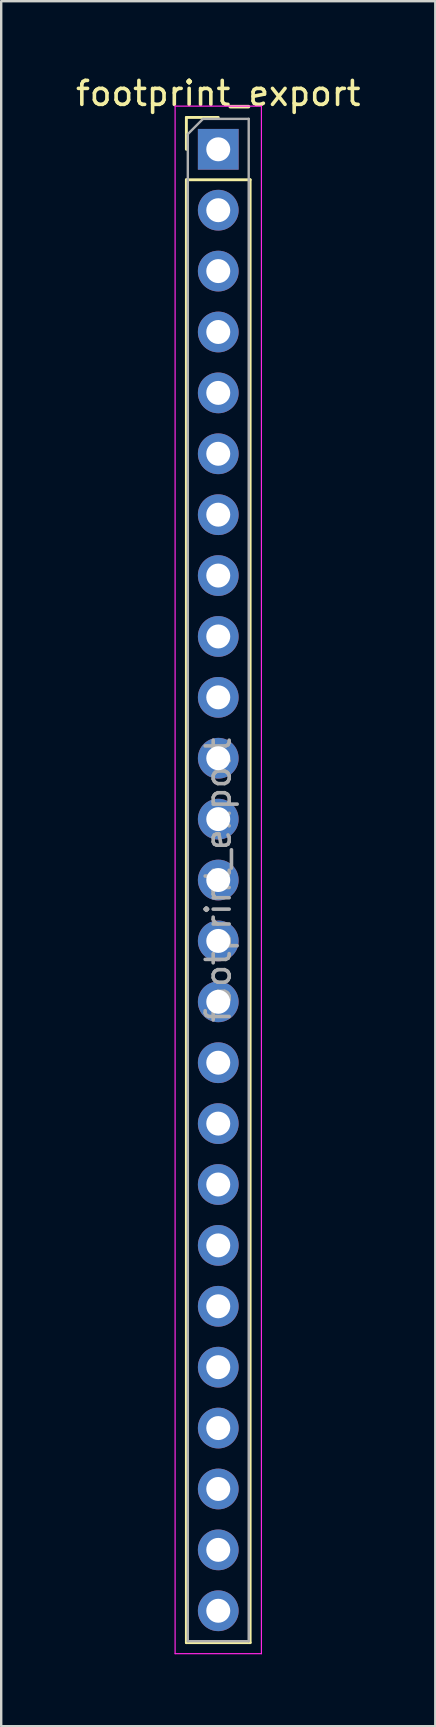
<source format=kicad_pcb>
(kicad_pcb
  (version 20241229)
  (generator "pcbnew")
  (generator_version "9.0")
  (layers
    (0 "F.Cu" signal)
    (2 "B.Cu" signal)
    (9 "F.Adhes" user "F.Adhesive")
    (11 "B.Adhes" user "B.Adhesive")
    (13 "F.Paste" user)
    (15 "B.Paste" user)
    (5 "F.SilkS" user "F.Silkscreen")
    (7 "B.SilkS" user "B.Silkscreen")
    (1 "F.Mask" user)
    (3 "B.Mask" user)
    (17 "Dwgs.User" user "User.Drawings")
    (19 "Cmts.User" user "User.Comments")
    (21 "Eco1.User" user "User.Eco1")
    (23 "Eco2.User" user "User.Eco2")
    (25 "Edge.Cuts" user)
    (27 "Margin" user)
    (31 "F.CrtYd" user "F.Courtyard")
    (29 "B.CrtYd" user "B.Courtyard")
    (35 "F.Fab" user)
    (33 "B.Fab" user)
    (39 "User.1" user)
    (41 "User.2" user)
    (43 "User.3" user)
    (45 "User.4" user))
  (footprint "footprint_export"
    (layer "F.Cu")
    (at 6.054 3.178)
    (property "Reference" "footprint_export" (at 0 -2.33 0) (layer "F.SilkS") (effects (font (size 1 1) (thickness 0.15))))
    (attr through_hole)
    (fp_line (start -1.33 -1.33) (end 0 -1.33) (stroke (width 0.12) (type solid)) (layer "F.SilkS"))
    (fp_line (start -1.33 0) (end -1.33 -1.33) (stroke (width 0.12) (type solid)) (layer "F.SilkS"))
    (fp_line (start -1.33 1.27) (end -1.33 62.29) (stroke (width 0.12) (type solid)) (layer "F.SilkS"))
    (fp_line (start -1.33 1.27) (end 1.33 1.27) (stroke (width 0.12) (type solid)) (layer "F.SilkS"))
    (fp_line (start -1.33 62.29) (end 1.33 62.29) (stroke (width 0.12) (type solid)) (layer "F.SilkS"))
    (fp_line (start 1.33 1.27) (end 1.33 62.29) (stroke (width 0.12) (type solid)) (layer "F.SilkS"))
    (fp_line (start -1.8 -1.8) (end -1.8 62.75) (stroke (width 0.05) (type solid)) (layer "F.CrtYd"))
    (fp_line (start -1.8 62.75) (end 1.8 62.75) (stroke (width 0.05) (type solid)) (layer "F.CrtYd"))
    (fp_line (start 1.8 -1.8) (end -1.8 -1.8) (stroke (width 0.05) (type solid)) (layer "F.CrtYd"))
    (fp_line (start 1.8 62.75) (end 1.8 -1.8) (stroke (width 0.05) (type solid)) (layer "F.CrtYd"))
    (fp_line (start -1.27 -0.635) (end -0.635 -1.27) (stroke (width 0.1) (type solid)) (layer "F.Fab"))
    (fp_line (start -1.27 62.23) (end -1.27 -0.635) (stroke (width 0.1) (type solid)) (layer "F.Fab"))
    (fp_line (start -0.635 -1.27) (end 1.27 -1.27) (stroke (width 0.1) (type solid)) (layer "F.Fab"))
    (fp_line (start 1.27 -1.27) (end 1.27 62.23) (stroke (width 0.1) (type solid)) (layer "F.Fab"))
    (fp_line (start 1.27 62.23) (end -1.27 62.23) (stroke (width 0.1) (type solid)) (layer "F.Fab"))
    (fp_text user "${REFERENCE}" (at 0 30.48 90) (layer "F.Fab") (effects (font (size 1 1) (thickness 0.15))))
    (pad "1" thru_hole rect (at 0 0) (size 1.7 1.7) (drill 1) (layers "*.Cu" "*.Mask"))
    (pad "2" thru_hole oval (at 0 2.54) (size 1.7 1.7) (drill 1) (layers "*.Cu" "*.Mask"))
    (pad "3" thru_hole oval (at 0 5.08) (size 1.7 1.7) (drill 1) (layers "*.Cu" "*.Mask"))
    (pad "4" thru_hole oval (at 0 7.62) (size 1.7 1.7) (drill 1) (layers "*.Cu" "*.Mask"))
    (pad "5" thru_hole oval (at 0 10.16) (size 1.7 1.7) (drill 1) (layers "*.Cu" "*.Mask"))
    (pad "6" thru_hole oval (at 0 12.7) (size 1.7 1.7) (drill 1) (layers "*.Cu" "*.Mask"))
    (pad "7" thru_hole oval (at 0 15.24) (size 1.7 1.7) (drill 1) (layers "*.Cu" "*.Mask"))
    (pad "8" thru_hole oval (at 0 17.78) (size 1.7 1.7) (drill 1) (layers "*.Cu" "*.Mask"))
    (pad "9" thru_hole oval (at 0 20.32) (size 1.7 1.7) (drill 1) (layers "*.Cu" "*.Mask"))
    (pad "10" thru_hole oval (at 0 22.86) (size 1.7 1.7) (drill 1) (layers "*.Cu" "*.Mask"))
    (pad "11" thru_hole oval (at 0 25.4) (size 1.7 1.7) (drill 1) (layers "*.Cu" "*.Mask"))
    (pad "12" thru_hole oval (at 0 27.94) (size 1.7 1.7) (drill 1) (layers "*.Cu" "*.Mask"))
    (pad "13" thru_hole oval (at 0 30.48) (size 1.7 1.7) (drill 1) (layers "*.Cu" "*.Mask"))
    (pad "14" thru_hole oval (at 0 33.02) (size 1.7 1.7) (drill 1) (layers "*.Cu" "*.Mask"))
    (pad "15" thru_hole oval (at 0 35.56) (size 1.7 1.7) (drill 1) (layers "*.Cu" "*.Mask"))
    (pad "16" thru_hole oval (at 0 38.1) (size 1.7 1.7) (drill 1) (layers "*.Cu" "*.Mask"))
    (pad "17" thru_hole oval (at 0 40.64) (size 1.7 1.7) (drill 1) (layers "*.Cu" "*.Mask"))
    (pad "18" thru_hole oval (at 0 43.18) (size 1.7 1.7) (drill 1) (layers "*.Cu" "*.Mask"))
    (pad "19" thru_hole oval (at 0 45.72) (size 1.7 1.7) (drill 1) (layers "*.Cu" "*.Mask"))
    (pad "20" thru_hole oval (at 0 48.26) (size 1.7 1.7) (drill 1) (layers "*.Cu" "*.Mask"))
    (pad "21" thru_hole oval (at 0 50.8) (size 1.7 1.7) (drill 1) (layers "*.Cu" "*.Mask"))
    (pad "22" thru_hole oval (at 0 53.34) (size 1.7 1.7) (drill 1) (layers "*.Cu" "*.Mask"))
    (pad "23" thru_hole oval (at 0 55.88) (size 1.7 1.7) (drill 1) (layers "*.Cu" "*.Mask"))
    (pad "24" thru_hole oval (at 0 58.42) (size 1.7 1.7) (drill 1) (layers "*.Cu" "*.Mask"))
    (pad "25" thru_hole oval (at 0 60.96) (size 1.7 1.7) (drill 1) (layers "*.Cu" "*.Mask")))
  (gr_rect
    (start -3 -3)
    (end 15.107 68.953)
    (stroke (width 0.1) (type default))
    (fill no)
    (layer "Edge.Cuts")))
</source>
